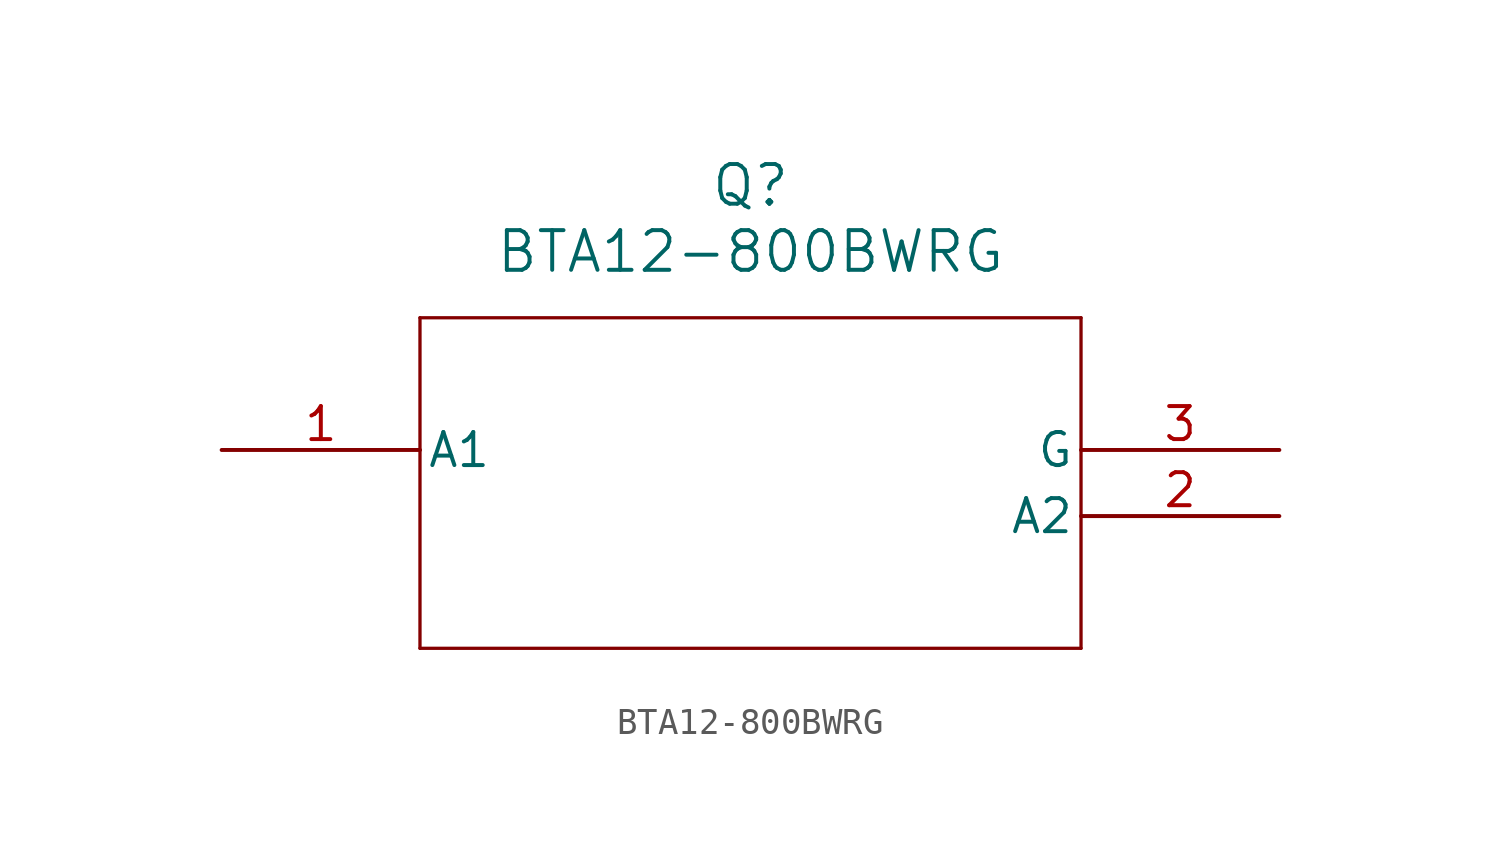
<source format=kicad_sym>
(kicad_symbol_lib
  (version 20211014)
  (generator kicad_symbol_editor)
  (symbol "BTA12-800BWRG"
    (pin_names
      (offset 0.254))
    (property "Reference" "Q"
      (at 20.32 10.16 0)
      (effects (font (size 1.524 1.524))))
    (property "Value" "BTA12-800BWRG"
      (at 20.32 7.62 0)
      (effects (font (size 1.524 1.524))))
    (symbol "BTA12-800BWRG_0_1"
      (polyline (pts (xy 7.62 5.08) (xy 7.62 -7.62)) (stroke (width 0.127) (type default) (color 0 0 0 0)) (fill (type none)))
      (polyline (pts (xy 7.62 -7.62) (xy 33.02 -7.62)) (stroke (width 0.127) (type default) (color 0 0 0 0)) (fill (type none)))
      (polyline (pts (xy 33.02 -7.62) (xy 33.02 5.08)) (stroke (width 0.127) (type default) (color 0 0 0 0)) (fill (type none)))
      (polyline (pts (xy 33.02 5.08) (xy 7.62 5.08)) (stroke (width 0.127) (type default) (color 0 0 0 0)) (fill (type none)))
      (pin unspecified line (at 0 0 0) (length 7.62) (name "A1" (effects (font (size 1.27 1.27)))) (number "1" (effects (font (size 1.27 1.27)))))
      (pin unspecified line (at 40.64 -2.54 180) (length 7.62) (name "A2" (effects (font (size 1.27 1.27)))) (number "2" (effects (font (size 1.27 1.27)))))
      (pin unspecified line (at 40.64 0 180) (length 7.62) (name "G" (effects (font (size 1.27 1.27)))) (number "3" (effects (font (size 1.27 1.27))))))))
</source>
